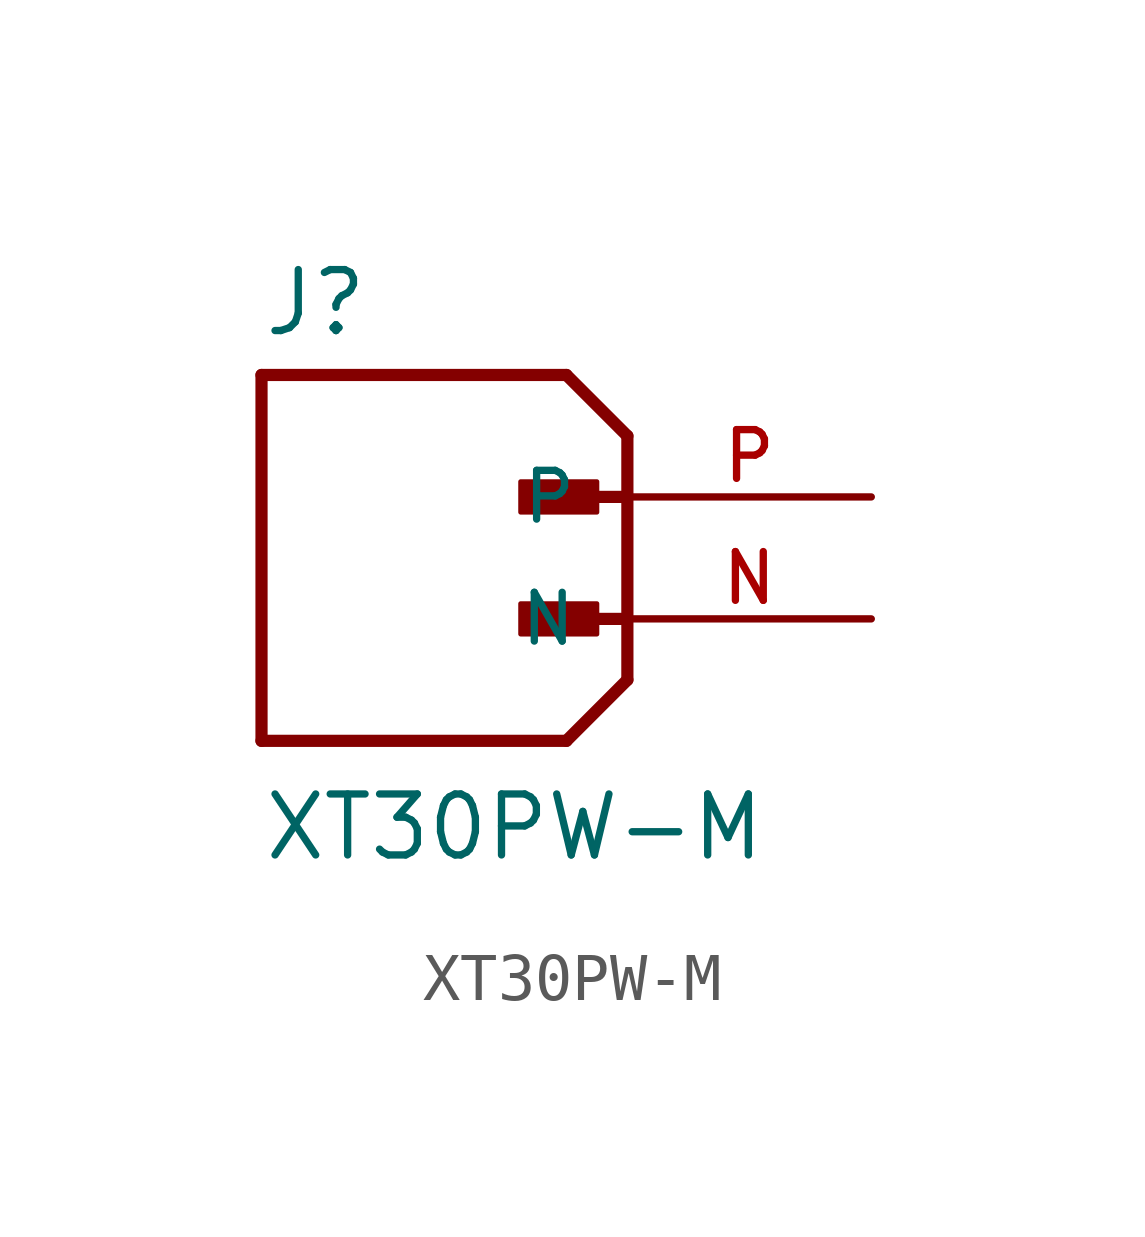
<source format=kicad_sym>
(kicad_symbol_lib
  (version 20211014)
  (generator kicad_symbol_editor)
  (symbol "XT30PW-M"
    (pin_names
      (offset 1.016))
    (property "Reference" "J"
      (at -7.62 3.302 0)
      (effects (font (size 1.27 1.27)) (justify bottom left)))
    (property "Value" "XT30PW-M"
      (at -7.62 -7.62 0)
      (effects (font (size 1.27 1.27)) (justify bottom left)))
    (symbol "XT30PW-M_0_0"
      (polyline (pts (xy 0.0 1.27) (xy -1.27 2.54)) (stroke (width 0.254)))
      (polyline (pts (xy 0.0 1.27) (xy 0.0 0.0)) (stroke (width 0.254)))
      (polyline (pts (xy 0.0 0.0) (xy 0.0 -3.81)) (stroke (width 0.254)))
      (polyline (pts (xy 0.0 -3.81) (xy -1.27 -5.08)) (stroke (width 0.254)))
      (polyline (pts (xy -1.27 -5.08) (xy -7.62 -5.08)) (stroke (width 0.254)))
      (polyline (pts (xy -7.62 -5.08) (xy -7.62 2.54)) (stroke (width 0.254)))
      (polyline (pts (xy -7.62 2.54) (xy -1.27 2.54)) (stroke (width 0.254)))
      (polyline (pts (xy 0.0 0.0) (xy -1.905 0.0)) (stroke (width 0.254)))
      (rectangle (start -2.223 -0.318) (end -0.635 0.318) (stroke (width 0.1)) (fill (type outline)))
      (polyline (pts (xy 0.0 -2.54) (xy -1.905 -2.54)) (stroke (width 0.254)))
      (rectangle (start -2.223 -2.857) (end -0.635 -2.223) (stroke (width 0.1)) (fill (type outline)))
      (pin power_in line (at 5.08 0.0 180.0) (length 5.08) (name "P" (effects (font (size 1.016 1.016)))) (number "P" (effects (font (size 1.016 1.016)))))
      (pin power_in line (at 5.08 -2.54 180.0) (length 5.08) (name "N" (effects (font (size 1.016 1.016)))) (number "N" (effects (font (size 1.016 1.016))))))))
</source>
